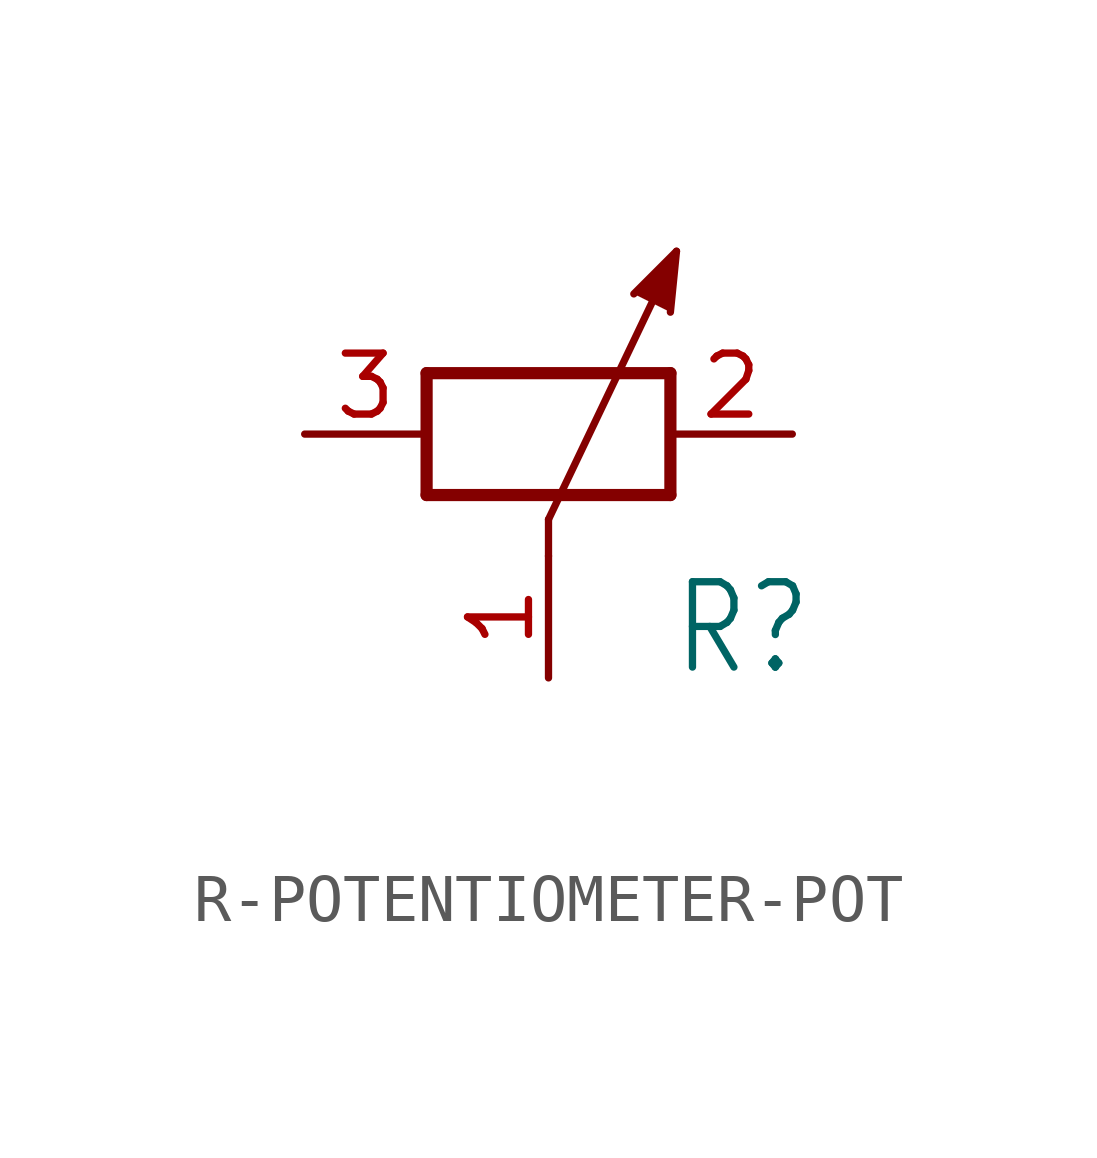
<source format=kicad_sym>
(kicad_symbol_lib
  (version 20220914)
  (generator kicad_symbol_editor)
  (symbol "R-POTENTIOMETER-POT"
    (property "Reference" "R"
      (at 2.54 -5.08 0)
      (effects (font (size 1.778 1.511)) (justify left bottom)))
    (property "Value" ""
      (at 2.54 -7.62 0)
      (effects (font (size 1.778 1.511)) (justify left bottom)))
    (property "ki_locked" ""
      (at 0 0 0)
      (effects (font (size 1.27 1.27))))
    (symbol "R-POTENTIOMETER-POT_1_0"
      (polyline (pts (xy -2.54 -1.27) (xy 2.54 -1.27)) (stroke (width 0.254) (type solid)) (fill (type none)))
      (polyline (pts (xy -2.54 1.27) (xy -2.54 -1.27)) (stroke (width 0.254) (type solid)) (fill (type none)))
      (polyline (pts (xy 0 -1.778) (xy 0 -2.54)) (stroke (width 0.152) (type solid)) (fill (type none)))
      (polyline (pts (xy 0 -1.778) (xy 2.667 3.81)) (stroke (width 0.152) (type solid)) (fill (type none)))
      (polyline (pts (xy 2.54 -1.27) (xy 2.54 1.27)) (stroke (width 0.254) (type solid)) (fill (type none)))
      (polyline (pts (xy 2.54 1.27) (xy -2.54 1.27)) (stroke (width 0.254) (type solid)) (fill (type none)))
      (polyline (pts (xy 2.54 2.54) (xy 2.667 3.81) (xy 1.778 2.921)) (stroke (width 0.152) (type solid)) (fill (type outline)))
      (pin passive line (at 0 -5.08 90) (length 2.54) (name "3" (effects (font (size 0 0)))) (number "1" (effects (font (size 1.27 1.27)))))
      (pin passive line (at 5.08 0 180) (length 2.54) (name "2" (effects (font (size 0 0)))) (number "2" (effects (font (size 1.27 1.27)))))
      (pin passive line (at -5.08 0 0) (length 2.54) (name "1" (effects (font (size 0 0)))) (number "3" (effects (font (size 1.27 1.27))))))))
</source>
